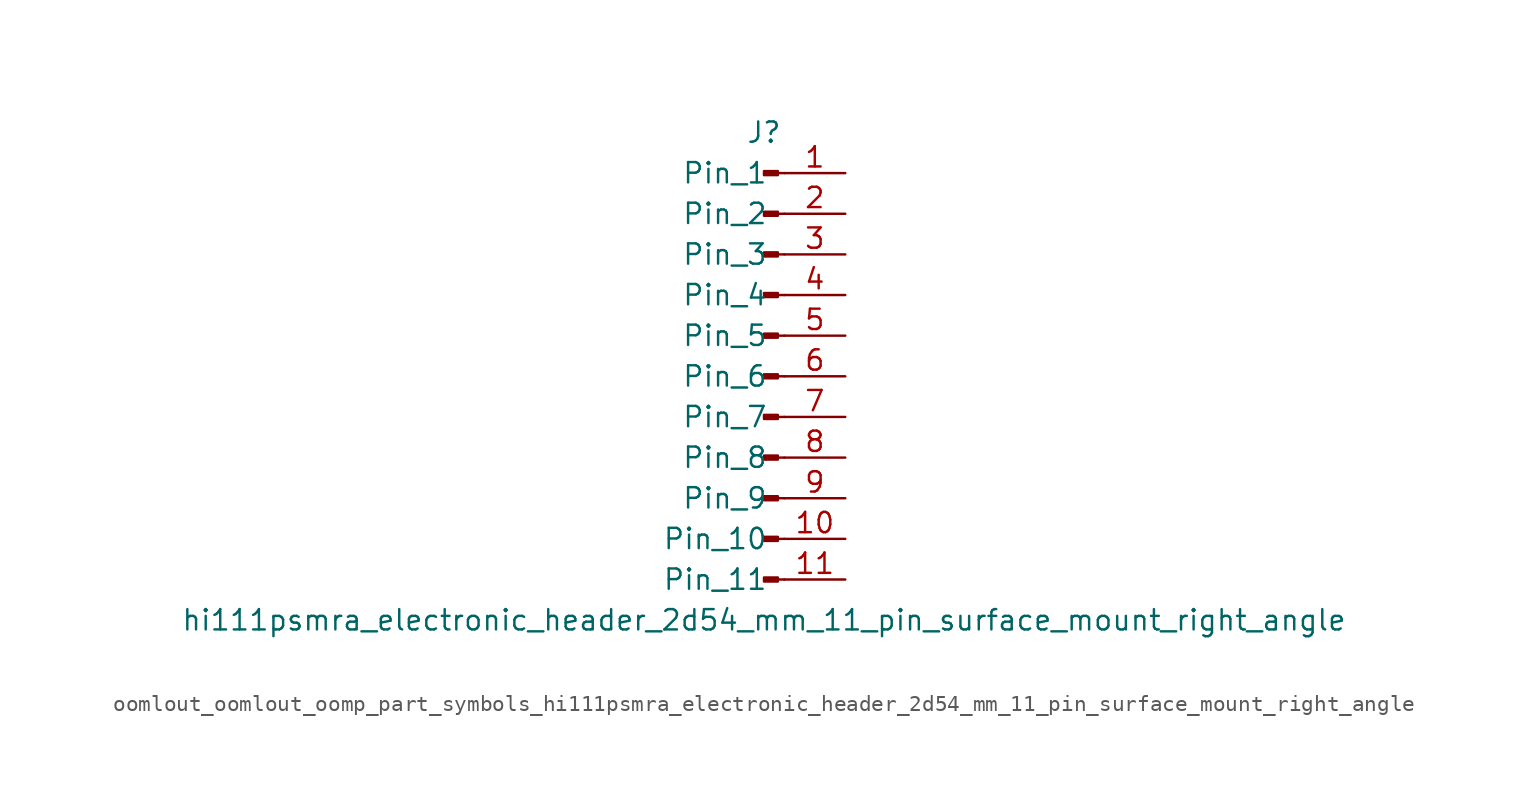
<source format=kicad_sym>
(kicad_symbol_lib
  (version 20220914)
  (generator kicad_symbol_editor)
  (symbol "oomlout_oomlout_oomp_part_symbols_hi111psmra_electronic_header_2d54_mm_11_pin_surface_mount_right_angle"
    (pin_names
      (offset 1.016))
    (property "Reference" "J"
      (at 0 15.24 0)
      (effects (font (size 1.27 1.27))))
    (property "Value" "hi111psmra_electronic_header_2d54_mm_11_pin_surface_mount_right_angle"
      (at 0 -15.24 0)
      (effects (font (size 1.27 1.27))))
    (property "ki_locked" ""
      (at 0 0 0)
      (effects (font (size 1.27 1.27))))
    (symbol "oomlout_oomlout_oomp_part_symbols_hi111psmra_electronic_header_2d54_mm_11_pin_surface_mount_right_angle_1_1"
      (polyline (pts (xy 1.27 -12.7) (xy 0.864 -12.7)) (stroke (width 0.152) (type default)) (fill (type none)))
      (polyline (pts (xy 1.27 -10.16) (xy 0.864 -10.16)) (stroke (width 0.152) (type default)) (fill (type none)))
      (polyline (pts (xy 1.27 -7.62) (xy 0.864 -7.62)) (stroke (width 0.152) (type default)) (fill (type none)))
      (polyline (pts (xy 1.27 -5.08) (xy 0.864 -5.08)) (stroke (width 0.152) (type default)) (fill (type none)))
      (polyline (pts (xy 1.27 -2.54) (xy 0.864 -2.54)) (stroke (width 0.152) (type default)) (fill (type none)))
      (polyline (pts (xy 1.27 0) (xy 0.864 0)) (stroke (width 0.152) (type default)) (fill (type none)))
      (polyline (pts (xy 1.27 2.54) (xy 0.864 2.54)) (stroke (width 0.152) (type default)) (fill (type none)))
      (polyline (pts (xy 1.27 5.08) (xy 0.864 5.08)) (stroke (width 0.152) (type default)) (fill (type none)))
      (polyline (pts (xy 1.27 7.62) (xy 0.864 7.62)) (stroke (width 0.152) (type default)) (fill (type none)))
      (polyline (pts (xy 1.27 10.16) (xy 0.864 10.16)) (stroke (width 0.152) (type default)) (fill (type none)))
      (polyline (pts (xy 1.27 12.7) (xy 0.864 12.7)) (stroke (width 0.152) (type default)) (fill (type none)))
      (rectangle (start 0.864 -12.573) (end 0 -12.827) (stroke (width 0.152) (type default)) (fill (type outline)))
      (rectangle (start 0.864 -10.033) (end 0 -10.287) (stroke (width 0.152) (type default)) (fill (type outline)))
      (rectangle (start 0.864 -7.493) (end 0 -7.747) (stroke (width 0.152) (type default)) (fill (type outline)))
      (rectangle (start 0.864 -4.953) (end 0 -5.207) (stroke (width 0.152) (type default)) (fill (type outline)))
      (rectangle (start 0.864 -2.413) (end 0 -2.667) (stroke (width 0.152) (type default)) (fill (type outline)))
      (rectangle (start 0.864 0.127) (end 0 -0.127) (stroke (width 0.152) (type default)) (fill (type outline)))
      (rectangle (start 0.864 2.667) (end 0 2.413) (stroke (width 0.152) (type default)) (fill (type outline)))
      (rectangle (start 0.864 5.207) (end 0 4.953) (stroke (width 0.152) (type default)) (fill (type outline)))
      (rectangle (start 0.864 7.747) (end 0 7.493) (stroke (width 0.152) (type default)) (fill (type outline)))
      (rectangle (start 0.864 10.287) (end 0 10.033) (stroke (width 0.152) (type default)) (fill (type outline)))
      (rectangle (start 0.864 12.827) (end 0 12.573) (stroke (width 0.152) (type default)) (fill (type outline)))
      (pin passive line (at 5.08 12.7 180) (length 3.81) (name "Pin_1" (effects (font (size 1.27 1.27)))) (number "1" (effects (font (size 1.27 1.27)))))
      (pin passive line (at 5.08 -10.16 180) (length 3.81) (name "Pin_10" (effects (font (size 1.27 1.27)))) (number "10" (effects (font (size 1.27 1.27)))))
      (pin passive line (at 5.08 -12.7 180) (length 3.81) (name "Pin_11" (effects (font (size 1.27 1.27)))) (number "11" (effects (font (size 1.27 1.27)))))
      (pin passive line (at 5.08 10.16 180) (length 3.81) (name "Pin_2" (effects (font (size 1.27 1.27)))) (number "2" (effects (font (size 1.27 1.27)))))
      (pin passive line (at 5.08 7.62 180) (length 3.81) (name "Pin_3" (effects (font (size 1.27 1.27)))) (number "3" (effects (font (size 1.27 1.27)))))
      (pin passive line (at 5.08 5.08 180) (length 3.81) (name "Pin_4" (effects (font (size 1.27 1.27)))) (number "4" (effects (font (size 1.27 1.27)))))
      (pin passive line (at 5.08 2.54 180) (length 3.81) (name "Pin_5" (effects (font (size 1.27 1.27)))) (number "5" (effects (font (size 1.27 1.27)))))
      (pin passive line (at 5.08 0 180) (length 3.81) (name "Pin_6" (effects (font (size 1.27 1.27)))) (number "6" (effects (font (size 1.27 1.27)))))
      (pin passive line (at 5.08 -2.54 180) (length 3.81) (name "Pin_7" (effects (font (size 1.27 1.27)))) (number "7" (effects (font (size 1.27 1.27)))))
      (pin passive line (at 5.08 -5.08 180) (length 3.81) (name "Pin_8" (effects (font (size 1.27 1.27)))) (number "8" (effects (font (size 1.27 1.27)))))
      (pin passive line (at 5.08 -7.62 180) (length 3.81) (name "Pin_9" (effects (font (size 1.27 1.27)))) (number "9" (effects (font (size 1.27 1.27))))))))
</source>
